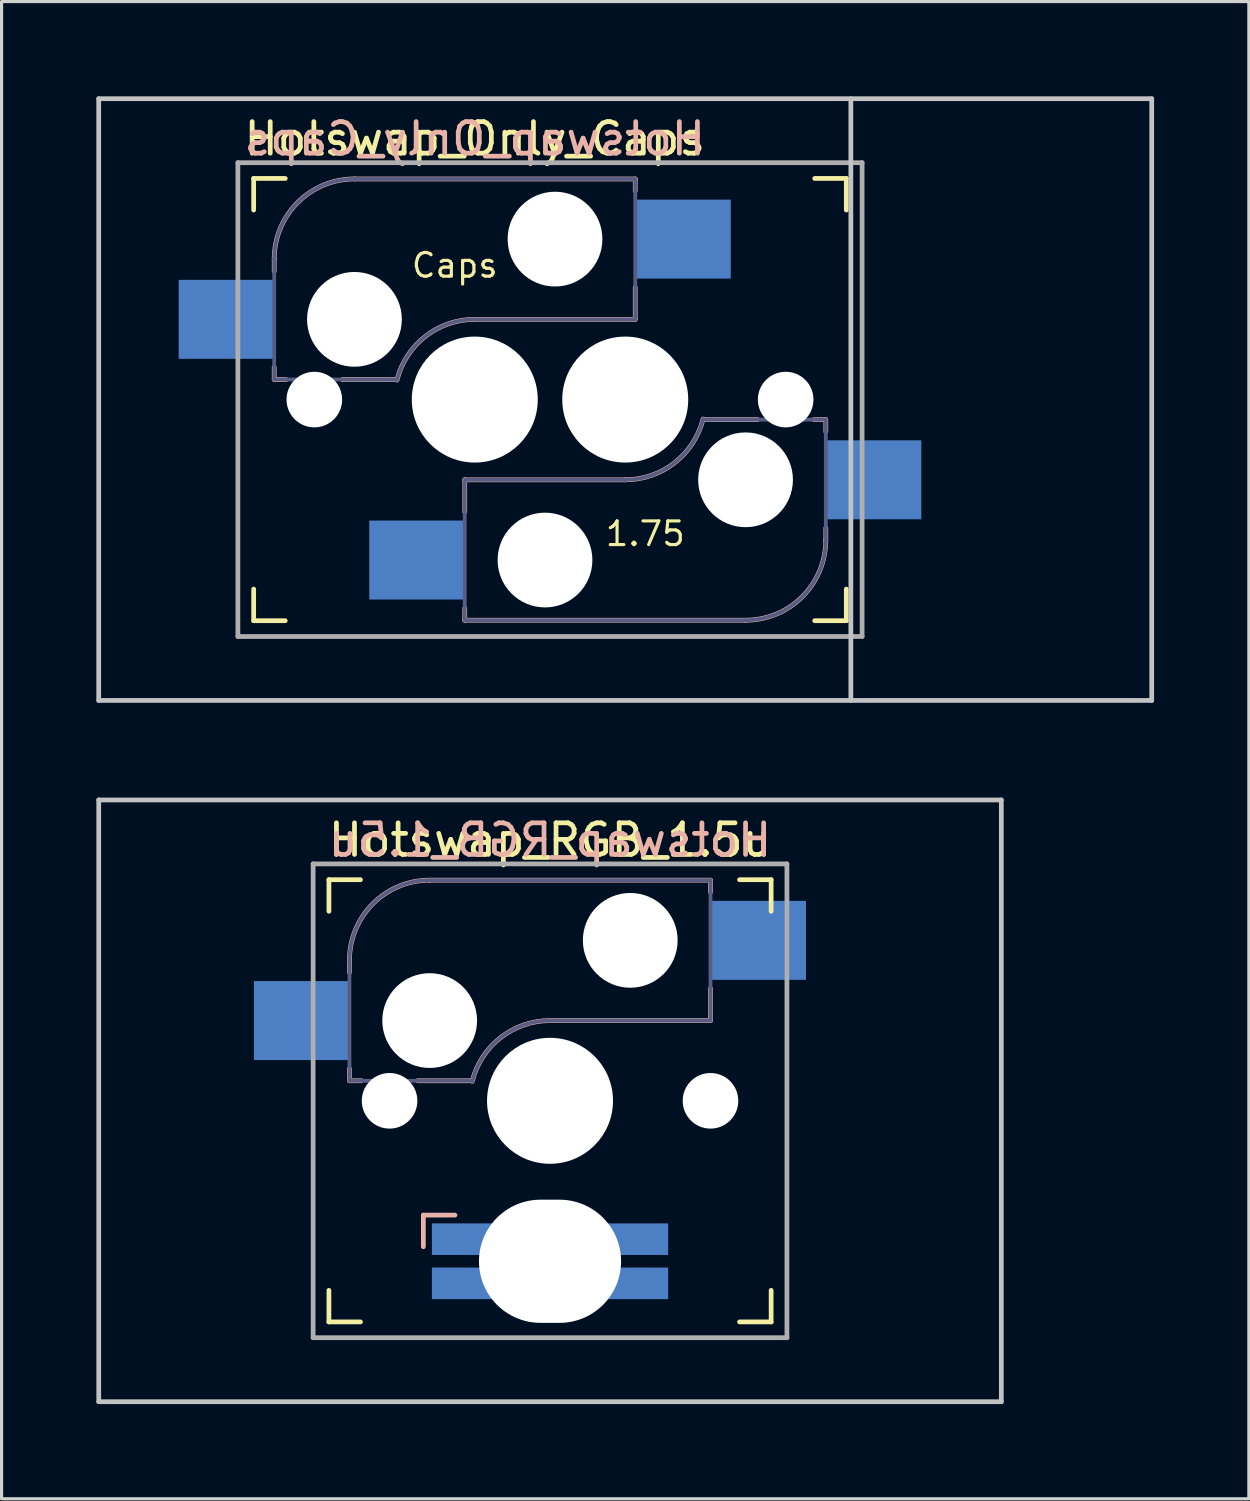
<source format=kicad_pcb>
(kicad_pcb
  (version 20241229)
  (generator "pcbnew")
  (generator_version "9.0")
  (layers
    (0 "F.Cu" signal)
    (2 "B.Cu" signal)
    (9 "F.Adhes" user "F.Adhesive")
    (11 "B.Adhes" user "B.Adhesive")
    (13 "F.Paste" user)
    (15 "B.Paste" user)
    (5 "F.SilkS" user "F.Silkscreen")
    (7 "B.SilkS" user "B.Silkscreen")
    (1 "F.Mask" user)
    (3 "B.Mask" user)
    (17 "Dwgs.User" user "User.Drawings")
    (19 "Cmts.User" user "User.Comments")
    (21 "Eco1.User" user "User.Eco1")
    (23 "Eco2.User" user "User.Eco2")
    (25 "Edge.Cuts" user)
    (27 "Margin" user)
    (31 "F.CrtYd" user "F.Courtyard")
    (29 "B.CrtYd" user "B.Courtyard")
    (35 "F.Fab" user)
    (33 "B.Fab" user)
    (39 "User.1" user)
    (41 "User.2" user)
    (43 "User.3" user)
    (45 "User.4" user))
  (footprint "Hotswap_Only_Caps"
    (layer "F.Cu")
    (at 11.981 9.6)
    (property "Reference" "Hotswap_Only_Caps" (at 0 -8.255 0) (layer "F.SilkS") (effects (font (size 1 1) (thickness 0.15))))
    (attr through_hole)
    (fp_line (start -7 -6) (end -7 -7) (stroke (width 0.15) (type solid)) (layer "F.SilkS"))
    (fp_line (start -7 7) (end -7 6) (stroke (width 0.15) (type solid)) (layer "F.SilkS"))
    (fp_line (start -7 7) (end -6 7) (stroke (width 0.15) (type solid)) (layer "F.SilkS"))
    (fp_line (start -6 -7) (end -7 -7) (stroke (width 0.15) (type solid)) (layer "F.SilkS"))
    (fp_line (start 10.762 7) (end 11.762 7) (stroke (width 0.15) (type solid)) (layer "F.SilkS"))
    (fp_line (start 11.762 -7) (end 10.762 -7) (stroke (width 0.15) (type solid)) (layer "F.SilkS"))
    (fp_line (start 11.762 -7) (end 11.762 -6) (stroke (width 0.15) (type solid)) (layer "F.SilkS"))
    (fp_line (start 11.762 6) (end 11.762 7) (stroke (width 0.15) (type solid)) (layer "F.SilkS"))
    (fp_line (start -6.35 -4.445) (end -6.35 -4.064) (stroke (width 0.15) (type solid)) (layer "B.SilkS"))
    (fp_line (start -6.35 -1.016) (end -6.35 -0.635) (stroke (width 0.15) (type solid)) (layer "B.SilkS"))
    (fp_line (start -6.35 -0.635) (end -5.969 -0.635) (stroke (width 0.15) (type solid)) (layer "B.SilkS"))
    (fp_line (start -4.191 -0.635) (end -2.54 -0.635) (stroke (width 0.15) (type solid)) (layer "B.SilkS"))
    (fp_line (start -0.318 2.54) (end -0.318 3.556) (stroke (width 0.15) (type solid)) (layer "B.SilkS"))
    (fp_line (start -0.318 6.604) (end -0.318 6.985) (stroke (width 0.15) (type solid)) (layer "B.SilkS"))
    (fp_line (start -0.318 6.985) (end 8.572 6.985) (stroke (width 0.15) (type solid)) (layer "B.SilkS"))
    (fp_line (start 0 -2.54) (end 5.08 -2.54) (stroke (width 0.15) (type solid)) (layer "B.SilkS"))
    (fp_line (start 4.763 2.54) (end -0.318 2.54) (stroke (width 0.15) (type solid)) (layer "B.SilkS"))
    (fp_line (start 5.08 -6.985) (end -3.81 -6.985) (stroke (width 0.15) (type solid)) (layer "B.SilkS"))
    (fp_line (start 5.08 -6.604) (end 5.08 -6.985) (stroke (width 0.15) (type solid)) (layer "B.SilkS"))
    (fp_line (start 5.08 -2.54) (end 5.08 -3.556) (stroke (width 0.15) (type solid)) (layer "B.SilkS"))
    (fp_line (start 8.954 0.635) (end 7.303 0.635) (stroke (width 0.15) (type solid)) (layer "B.SilkS"))
    (fp_line (start 11.113 0.635) (end 10.732 0.635) (stroke (width 0.15) (type solid)) (layer "B.SilkS"))
    (fp_line (start 11.113 1.016) (end 11.113 0.635) (stroke (width 0.15) (type solid)) (layer "B.SilkS"))
    (fp_line (start 11.113 4.445) (end 11.113 4.064) (stroke (width 0.15) (type solid)) (layer "B.SilkS"))
    (fp_arc (start -6.35 -4.445) (mid -5.606051 -6.241051) (end -3.81 -6.985) (stroke (width 0.15) (type solid)) (layer "B.SilkS"))
    (fp_arc (start -2.464162 -0.61604) (mid -1.563147 -2.002042) (end 0 -2.54) (stroke (width 0.15) (type solid)) (layer "B.SilkS"))
    (fp_arc (start 7.226662 0.61604) (mid 6.325647 2.002042) (end 4.7625 2.54) (stroke (width 0.15) (type solid)) (layer "B.SilkS"))
    (fp_arc (start 11.1125 4.445) (mid 10.368551 6.241051) (end 8.5725 6.985) (stroke (width 0.15) (type solid)) (layer "B.SilkS"))
    (fp_line (start -11.906 9.525) (end -11.906 -9.525) (stroke (width 0.15) (type solid)) (layer "Dwgs.User"))
    (fp_line (start 11.906 -9.525) (end 11.906 9.525) (stroke (width 0.15) (type solid)) (layer "Dwgs.User"))
    (fp_line (start 21.431 -9.525) (end -11.906 -9.525) (stroke (width 0.15) (type solid)) (layer "Dwgs.User"))
    (fp_line (start 21.431 -9.525) (end 21.431 9.525) (stroke (width 0.15) (type solid)) (layer "Dwgs.User"))
    (fp_line (start 21.431 9.525) (end -11.906 9.525) (stroke (width 0.15) (type solid)) (layer "Dwgs.User"))
    (fp_line (start -6.9 6.9) (end -6.9 -6.9) (stroke (width 0.15) (type solid)) (layer "Eco2.User"))
    (fp_line (start -6.9 6.9) (end 6.9 6.9) (stroke (width 0.15) (type solid)) (layer "Eco2.User"))
    (fp_line (start -2.138 6.9) (end 11.662 6.9) (stroke (width 0.15) (type solid)) (layer "Eco2.User"))
    (fp_line (start 6.9 -6.9) (end -6.9 -6.9) (stroke (width 0.15) (type solid)) (layer "Eco2.User"))
    (fp_line (start 11.662 -6.9) (end -2.138 -6.9) (stroke (width 0.15) (type solid)) (layer "Eco2.User"))
    (fp_line (start 11.662 -6.9) (end 11.662 6.9) (stroke (width 0.15) (type solid)) (layer "Eco2.User"))
    (fp_line (start -6.35 -4.445) (end -6.35 -0.635) (stroke (width 0.12) (type solid)) (layer "B.Fab"))
    (fp_line (start -6.35 -0.635) (end -2.54 -0.635) (stroke (width 0.12) (type solid)) (layer "B.Fab"))
    (fp_line (start -0.318 2.54) (end -0.318 6.985) (stroke (width 0.12) (type solid)) (layer "B.Fab"))
    (fp_line (start -0.318 6.985) (end 8.572 6.985) (stroke (width 0.12) (type solid)) (layer "B.Fab"))
    (fp_line (start 0 -2.54) (end 5.08 -2.54) (stroke (width 0.12) (type solid)) (layer "B.Fab"))
    (fp_line (start 4.763 2.54) (end -0.318 2.54) (stroke (width 0.12) (type solid)) (layer "B.Fab"))
    (fp_line (start 5.08 -6.985) (end -3.81 -6.985) (stroke (width 0.12) (type solid)) (layer "B.Fab"))
    (fp_line (start 5.08 -2.54) (end 5.08 -6.985) (stroke (width 0.12) (type solid)) (layer "B.Fab"))
    (fp_line (start 11.113 0.635) (end 7.303 0.635) (stroke (width 0.12) (type solid)) (layer "B.Fab"))
    (fp_line (start 11.113 4.445) (end 11.113 0.635) (stroke (width 0.12) (type solid)) (layer "B.Fab"))
    (fp_arc (start -6.35 -4.445) (mid -5.606051 -6.241051) (end -3.81 -6.985) (stroke (width 0.12) (type solid)) (layer "B.Fab"))
    (fp_arc (start -2.464162 -0.61604) (mid -1.563147 -2.002042) (end 0 -2.54) (stroke (width 0.12) (type solid)) (layer "B.Fab"))
    (fp_arc (start 7.226662 0.61604) (mid 6.325647 2.002042) (end 4.7625 2.54) (stroke (width 0.12) (type solid)) (layer "B.Fab"))
    (fp_arc (start 11.1125 4.445) (mid 10.368551 6.241051) (end 8.5725 6.985) (stroke (width 0.12) (type solid)) (layer "B.Fab"))
    (fp_line (start -7.5 -7.5) (end 12.262 -7.5) (stroke (width 0.15) (type solid)) (layer "F.Fab"))
    (fp_line (start -7.5 7.5) (end -7.5 -7.5) (stroke (width 0.15) (type solid)) (layer "F.Fab"))
    (fp_line (start 12.262 -7.5) (end 12.262 7.5) (stroke (width 0.15) (type solid)) (layer "F.Fab"))
    (fp_line (start 12.262 7.5) (end -7.5 7.5) (stroke (width 0.15) (type solid)) (layer "F.Fab"))
    (fp_text user "1.75" (at 5.397 3.81 0) (unlocked yes) (layer "F.SilkS") (effects (font (size 0.75 0.75) (thickness 0.1)) (justify top)))
    (fp_text user "Caps" (at -0.635 -3.81 0) (unlocked yes) (layer "F.SilkS") (effects (font (size 0.75 0.75) (thickness 0.1)) (justify bottom)))
    (fp_text user "${REFERENCE}" (at 0 -8.255 0) (layer "B.SilkS") (effects (font (size 1 1) (thickness 0.15)) (justify mirror)))
    (pad "" np_thru_hole circle (at -5.08 0 180) (size 1.76 1.76) (drill 1.76) (layers "*.Cu" "*.Mask"))
    (pad "" np_thru_hole circle (at -3.81 -2.54 180) (size 3 3) (drill 3) (layers "*.Cu" "*.Mask"))
    (pad "" np_thru_hole circle (at 0 0 180) (size 3.988 3.988) (drill 3.988) (layers "*.Cu" "*.Mask"))
    (pad "" np_thru_hole circle (at 2.223 5.08) (size 3 3) (drill 3) (layers "*.Cu" "*.Mask"))
    (pad "" np_thru_hole circle (at 2.54 -5.08 180) (size 3 3) (drill 3) (layers "*.Cu" "*.Mask"))
    (pad "" np_thru_hole circle (at 4.763 0) (size 3.988 3.988) (drill 3.988) (layers "*.Cu" "*.Mask"))
    (pad "" np_thru_hole circle (at 8.572 2.54) (size 3 3) (drill 3) (layers "*.Cu" "*.Mask"))
    (pad "" np_thru_hole circle (at 9.842 0) (size 1.76 1.76) (drill 1.76) (layers "*.Cu" "*.Mask"))
    (pad "1" smd rect (at -7.874 -2.54 180) (size 3 2.5) (layers "B.Cu" "B.Mask" "B.Paste"))
    (pad "1" smd rect (at -1.841 5.08) (size 3 2.5) (layers "B.Cu" "B.Mask" "B.Paste"))
    (pad "2" smd rect (at 6.604 -5.08 180) (size 3 2.5) (layers "B.Cu" "B.Mask" "B.Paste"))
    (pad "2" smd rect (at 12.636 2.54) (size 3 2.5) (layers "B.Cu" "B.Mask" "B.Paste")))
  (footprint "Hotswap_RGB_1.5u"
    (layer "F.Cu")
    (at 14.363 31.8)
    (property "Reference" "Hotswap_RGB_1.5u" (at 0 -8.255 0) (layer "F.SilkS") (effects (font (size 1 1) (thickness 0.15))))
    (attr through_hole)
    (fp_line (start -7 -6) (end -7 -7) (stroke (width 0.15) (type solid)) (layer "F.SilkS"))
    (fp_line (start -7 7) (end -7 6) (stroke (width 0.15) (type solid)) (layer "F.SilkS"))
    (fp_line (start -7 7) (end -6 7) (stroke (width 0.15) (type solid)) (layer "F.SilkS"))
    (fp_line (start -6 -7) (end -7 -7) (stroke (width 0.15) (type solid)) (layer "F.SilkS"))
    (fp_line (start 6 7) (end 7 7) (stroke (width 0.15) (type solid)) (layer "F.SilkS"))
    (fp_line (start 7 -7) (end 6 -7) (stroke (width 0.15) (type solid)) (layer "F.SilkS"))
    (fp_line (start 7 -7) (end 7 -6) (stroke (width 0.15) (type solid)) (layer "F.SilkS"))
    (fp_line (start 7 6) (end 7 7) (stroke (width 0.15) (type solid)) (layer "F.SilkS"))
    (fp_line (start -6.35 -4.445) (end -6.35 -4.064) (stroke (width 0.15) (type solid)) (layer "B.SilkS"))
    (fp_line (start -6.35 -1.016) (end -6.35 -0.635) (stroke (width 0.15) (type solid)) (layer "B.SilkS"))
    (fp_line (start -6.35 -0.635) (end -5.969 -0.635) (stroke (width 0.15) (type solid)) (layer "B.SilkS"))
    (fp_line (start -4.191 -0.635) (end -2.54 -0.635) (stroke (width 0.15) (type solid)) (layer "B.SilkS"))
    (fp_line (start -4.01 4.62) (end -4.01 3.619) (stroke (width 0.15) (type solid)) (layer "B.SilkS"))
    (fp_line (start -3.01 3.619) (end -4.01 3.619) (stroke (width 0.15) (type solid)) (layer "B.SilkS"))
    (fp_line (start 0 -2.54) (end 5.08 -2.54) (stroke (width 0.15) (type solid)) (layer "B.SilkS"))
    (fp_line (start 5.08 -6.985) (end -3.81 -6.985) (stroke (width 0.15) (type solid)) (layer "B.SilkS"))
    (fp_line (start 5.08 -6.604) (end 5.08 -6.985) (stroke (width 0.15) (type solid)) (layer "B.SilkS"))
    (fp_line (start 5.08 -2.54) (end 5.08 -3.556) (stroke (width 0.15) (type solid)) (layer "B.SilkS"))
    (fp_arc (start -6.35 -4.445) (mid -5.606051 -6.241051) (end -3.81 -6.985) (stroke (width 0.15) (type solid)) (layer "B.SilkS"))
    (fp_arc (start -2.464162 -0.61604) (mid -1.563147 -2.002042) (end 0 -2.54) (stroke (width 0.15) (type solid)) (layer "B.SilkS"))
    (fp_line (start -14.287 -9.525) (end 14.287 -9.525) (stroke (width 0.15) (type solid)) (layer "Dwgs.User"))
    (fp_line (start -14.287 9.525) (end -14.287 -9.525) (stroke (width 0.15) (type solid)) (layer "Dwgs.User"))
    (fp_line (start -14.287 9.525) (end 14.287 9.525) (stroke (width 0.15) (type solid)) (layer "Dwgs.User"))
    (fp_line (start 14.287 -9.525) (end 14.287 9.525) (stroke (width 0.15) (type solid)) (layer "Dwgs.User"))
    (fp_line (start -6.9 6.9) (end -6.9 -6.9) (stroke (width 0.15) (type solid)) (layer "Eco2.User"))
    (fp_line (start -6.9 6.9) (end 6.9 6.9) (stroke (width 0.15) (type solid)) (layer "Eco2.User"))
    (fp_line (start 6.9 -6.9) (end -6.9 -6.9) (stroke (width 0.15) (type solid)) (layer "Eco2.User"))
    (fp_line (start 6.9 -6.9) (end 6.9 6.9) (stroke (width 0.15) (type solid)) (layer "Eco2.User"))
    (fp_line (start -6.35 -4.445) (end -6.35 -0.635) (stroke (width 0.12) (type solid)) (layer "B.Fab"))
    (fp_line (start -6.35 -0.635) (end -2.54 -0.635) (stroke (width 0.12) (type solid)) (layer "B.Fab"))
    (fp_line (start 0 -2.54) (end 5.08 -2.54) (stroke (width 0.12) (type solid)) (layer "B.Fab"))
    (fp_line (start 5.08 -6.985) (end -3.81 -6.985) (stroke (width 0.12) (type solid)) (layer "B.Fab"))
    (fp_line (start 5.08 -2.54) (end 5.08 -6.985) (stroke (width 0.12) (type solid)) (layer "B.Fab"))
    (fp_arc (start -6.35 -4.445) (mid -5.606051 -6.241051) (end -3.81 -6.985) (stroke (width 0.12) (type solid)) (layer "B.Fab"))
    (fp_arc (start -2.464162 -0.61604) (mid -1.563147 -2.002042) (end 0 -2.54) (stroke (width 0.12) (type solid)) (layer "B.Fab"))
    (fp_line (start -7.5 -7.5) (end 7.5 -7.5) (stroke (width 0.15) (type solid)) (layer "F.Fab"))
    (fp_line (start -7.5 7.5) (end -7.5 -7.5) (stroke (width 0.15) (type solid)) (layer "F.Fab"))
    (fp_line (start 7.5 -7.5) (end 7.5 7.5) (stroke (width 0.15) (type solid)) (layer "F.Fab"))
    (fp_line (start 7.5 7.5) (end -7.5 7.5) (stroke (width 0.15) (type solid)) (layer "F.Fab"))
    (fp_text user "${REFERENCE}" (at 0 -8.255 0) (layer "B.SilkS") (effects (font (size 1 1) (thickness 0.15)) (justify mirror)))
    (pad "" np_thru_hole circle (at -5.08 0 180) (size 1.76 1.76) (drill 1.76) (layers "*.Cu" "*.Mask"))
    (pad "" np_thru_hole circle (at -3.81 -2.54 180) (size 3 3) (drill 3) (layers "*.Cu" "*.Mask"))
    (pad "" np_thru_hole circle (at 0 0 180) (size 3.988 3.988) (drill 3.988) (layers "*.Cu" "*.Mask"))
    (pad "" np_thru_hole oval (at 0 5.08 180) (size 4.5 3.9) (drill oval 4.5 3.9) (layers "*.Cu" "*.Mask"))
    (pad "" np_thru_hole circle (at 2.54 -5.08 180) (size 3 3) (drill 3) (layers "*.Cu" "*.Mask"))
    (pad "" np_thru_hole circle (at 5.08 0 180) (size 1.76 1.76) (drill 1.76) (layers "*.Cu" "*.Mask"))
    (pad "1" smd rect (at -7.874 -2.54 180) (size 3 2.5) (layers "B.Cu" "B.Mask" "B.Paste"))
    (pad "2" smd rect (at 6.604 -5.08 180) (size 3 2.5) (layers "B.Cu" "B.Mask" "B.Paste"))
    (pad "A" smd rect (at -2.74 4.381 270) (size 1 2) (layers "B.Cu" "B.Mask" "B.Paste"))
    (pad "B" smd rect (at -2.74 5.779 270) (size 1 2) (layers "B.Cu" "B.Mask" "B.Paste"))
    (pad "G" smd rect (at 2.74 5.779 270) (size 1 2) (layers "B.Cu" "B.Mask" "B.Paste"))
    (pad "R" smd rect (at 2.74 4.381 270) (size 1 2) (layers "B.Cu" "B.Mask" "B.Paste")))
  (gr_rect
    (start -3 -3)
    (end 36.487 44.4)
    (stroke (width 0.1) (type default))
    (fill no)
    (layer "Edge.Cuts")))
</source>
